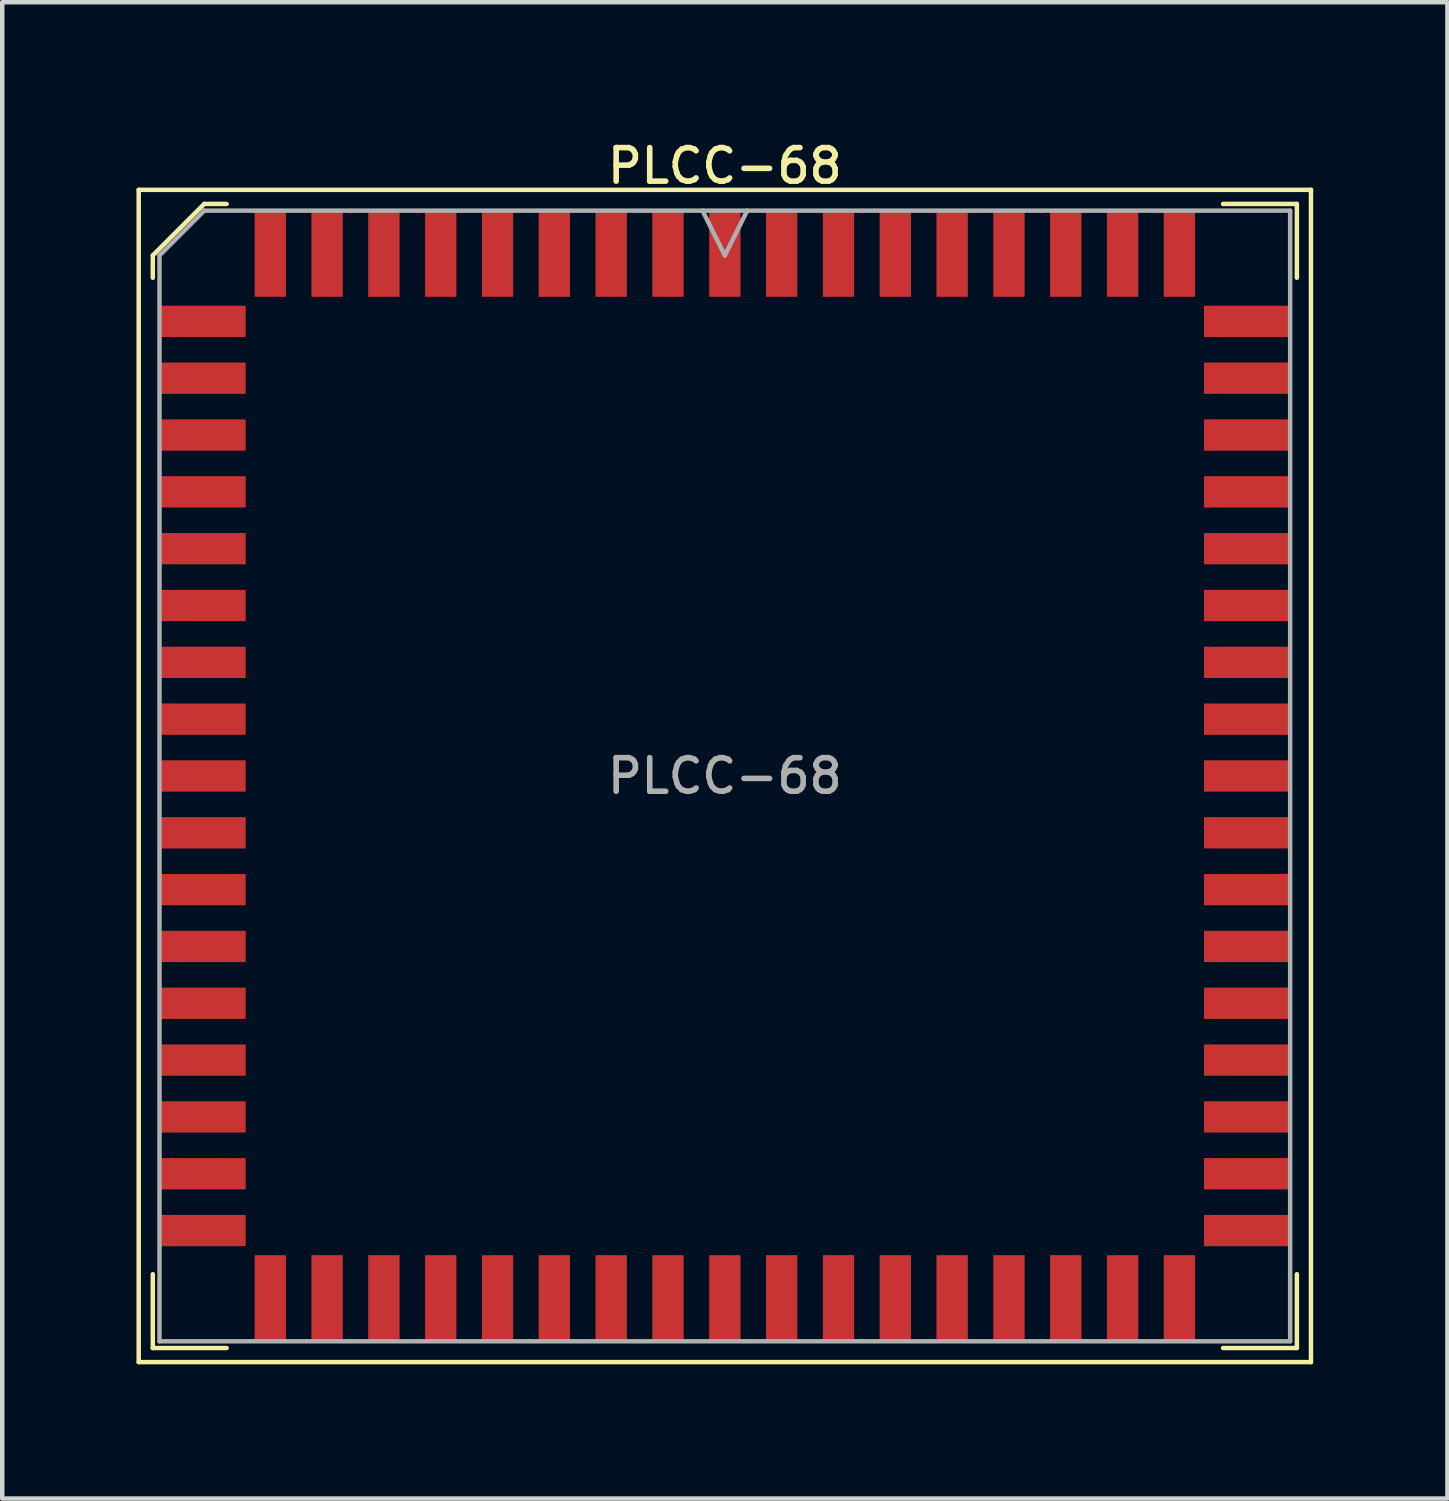
<source format=kicad_pcb>
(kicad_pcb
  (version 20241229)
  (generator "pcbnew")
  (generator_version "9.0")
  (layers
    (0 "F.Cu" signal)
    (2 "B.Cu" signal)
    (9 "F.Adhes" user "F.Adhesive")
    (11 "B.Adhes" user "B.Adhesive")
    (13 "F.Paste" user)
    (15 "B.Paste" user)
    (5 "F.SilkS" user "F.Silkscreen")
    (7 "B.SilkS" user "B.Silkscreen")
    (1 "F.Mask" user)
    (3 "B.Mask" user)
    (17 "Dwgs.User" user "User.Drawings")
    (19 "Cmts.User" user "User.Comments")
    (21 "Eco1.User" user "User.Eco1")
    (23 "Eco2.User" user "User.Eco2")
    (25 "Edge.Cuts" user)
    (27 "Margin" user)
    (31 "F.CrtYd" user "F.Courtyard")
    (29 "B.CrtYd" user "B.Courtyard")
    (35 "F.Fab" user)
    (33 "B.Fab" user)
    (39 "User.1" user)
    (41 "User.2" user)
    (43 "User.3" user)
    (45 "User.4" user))
  (footprint "PLCC-68"
    (layer "F.Cu")
    (at 13.15 14.293)
    (property "Reference" "PLCC-68" (at 0 -13.635 0) (layer "F.SilkS") (effects (font (size 0.75 0.75) (thickness 0.125))))
    (attr smd)
    (fp_line (start -13.1 -13.1) (end -13.1 13.1) (stroke (width 0.1) (type solid)) (layer "F.SilkS"))
    (fp_line (start -13.1 13.1) (end 13.1 13.1) (stroke (width 0.1) (type solid)) (layer "F.SilkS"))
    (fp_line (start -12.785 -11.635) (end -12.785 -11.135) (stroke (width 0.1) (type solid)) (layer "F.SilkS"))
    (fp_line (start -12.785 12.785) (end -12.785 11.135) (stroke (width 0.1) (type solid)) (layer "F.SilkS"))
    (fp_line (start -11.635 -12.785) (end -12.785 -11.635) (stroke (width 0.1) (type solid)) (layer "F.SilkS"))
    (fp_line (start -11.135 -12.785) (end -11.635 -12.785) (stroke (width 0.1) (type solid)) (layer "F.SilkS"))
    (fp_line (start -11.135 12.785) (end -12.785 12.785) (stroke (width 0.1) (type solid)) (layer "F.SilkS"))
    (fp_line (start 11.135 -12.785) (end 12.785 -12.785) (stroke (width 0.1) (type solid)) (layer "F.SilkS"))
    (fp_line (start 11.135 12.785) (end 12.785 12.785) (stroke (width 0.1) (type solid)) (layer "F.SilkS"))
    (fp_line (start 12.785 -12.785) (end 12.785 -11.135) (stroke (width 0.1) (type solid)) (layer "F.SilkS"))
    (fp_line (start 12.785 12.785) (end 12.785 11.135) (stroke (width 0.1) (type solid)) (layer "F.SilkS"))
    (fp_line (start 13.1 -13.1) (end -13.1 -13.1) (stroke (width 0.1) (type solid)) (layer "F.SilkS"))
    (fp_line (start 13.1 13.1) (end 13.1 -13.1) (stroke (width 0.1) (type solid)) (layer "F.SilkS"))
    (fp_line (start -12.635 -11.635) (end -12.635 12.635) (stroke (width 0.1) (type solid)) (layer "F.Fab"))
    (fp_line (start -12.635 12.635) (end 12.635 12.635) (stroke (width 0.1) (type solid)) (layer "F.Fab"))
    (fp_line (start -11.635 -12.635) (end -12.635 -11.635) (stroke (width 0.1) (type solid)) (layer "F.Fab"))
    (fp_line (start -0.5 -12.635) (end 0 -11.635) (stroke (width 0.1) (type solid)) (layer "F.Fab"))
    (fp_line (start 0 -11.635) (end 0.5 -12.635) (stroke (width 0.1) (type solid)) (layer "F.Fab"))
    (fp_line (start 12.635 -12.635) (end -11.635 -12.635) (stroke (width 0.1) (type solid)) (layer "F.Fab"))
    (fp_line (start 12.635 12.635) (end 12.635 -12.635) (stroke (width 0.1) (type solid)) (layer "F.Fab"))
    (fp_text user "${REFERENCE}" (at 0 0 0) (layer "F.Fab") (effects (font (size 0.75 0.75) (thickness 0.125))))
    (pad "1" smd rect (at 0 -11.672) (size 0.7 1.925) (layers "F.Cu" "F.Mask" "F.Paste"))
    (pad "2" smd rect (at -1.27 -11.672) (size 0.7 1.925) (layers "F.Cu" "F.Mask" "F.Paste"))
    (pad "3" smd rect (at -2.54 -11.672) (size 0.7 1.925) (layers "F.Cu" "F.Mask" "F.Paste"))
    (pad "4" smd rect (at -3.81 -11.672) (size 0.7 1.925) (layers "F.Cu" "F.Mask" "F.Paste"))
    (pad "5" smd rect (at -5.08 -11.672) (size 0.7 1.925) (layers "F.Cu" "F.Mask" "F.Paste"))
    (pad "6" smd rect (at -6.35 -11.672) (size 0.7 1.925) (layers "F.Cu" "F.Mask" "F.Paste"))
    (pad "7" smd rect (at -7.62 -11.672) (size 0.7 1.925) (layers "F.Cu" "F.Mask" "F.Paste"))
    (pad "8" smd rect (at -8.89 -11.672) (size 0.7 1.925) (layers "F.Cu" "F.Mask" "F.Paste"))
    (pad "9" smd rect (at -10.16 -11.672) (size 0.7 1.925) (layers "F.Cu" "F.Mask" "F.Paste"))
    (pad "10" smd rect (at -11.672 -10.16) (size 1.925 0.7) (layers "F.Cu" "F.Mask" "F.Paste"))
    (pad "11" smd rect (at -11.672 -8.89) (size 1.925 0.7) (layers "F.Cu" "F.Mask" "F.Paste"))
    (pad "12" smd rect (at -11.672 -7.62) (size 1.925 0.7) (layers "F.Cu" "F.Mask" "F.Paste"))
    (pad "13" smd rect (at -11.672 -6.35) (size 1.925 0.7) (layers "F.Cu" "F.Mask" "F.Paste"))
    (pad "14" smd rect (at -11.672 -5.08) (size 1.925 0.7) (layers "F.Cu" "F.Mask" "F.Paste"))
    (pad "15" smd rect (at -11.672 -3.81) (size 1.925 0.7) (layers "F.Cu" "F.Mask" "F.Paste"))
    (pad "16" smd rect (at -11.672 -2.54) (size 1.925 0.7) (layers "F.Cu" "F.Mask" "F.Paste"))
    (pad "17" smd rect (at -11.672 -1.27) (size 1.925 0.7) (layers "F.Cu" "F.Mask" "F.Paste"))
    (pad "18" smd rect (at -11.672 0) (size 1.925 0.7) (layers "F.Cu" "F.Mask" "F.Paste"))
    (pad "19" smd rect (at -11.672 1.27) (size 1.925 0.7) (layers "F.Cu" "F.Mask" "F.Paste"))
    (pad "20" smd rect (at -11.672 2.54) (size 1.925 0.7) (layers "F.Cu" "F.Mask" "F.Paste"))
    (pad "21" smd rect (at -11.672 3.81) (size 1.925 0.7) (layers "F.Cu" "F.Mask" "F.Paste"))
    (pad "22" smd rect (at -11.672 5.08) (size 1.925 0.7) (layers "F.Cu" "F.Mask" "F.Paste"))
    (pad "23" smd rect (at -11.672 6.35) (size 1.925 0.7) (layers "F.Cu" "F.Mask" "F.Paste"))
    (pad "24" smd rect (at -11.672 7.62) (size 1.925 0.7) (layers "F.Cu" "F.Mask" "F.Paste"))
    (pad "25" smd rect (at -11.672 8.89) (size 1.925 0.7) (layers "F.Cu" "F.Mask" "F.Paste"))
    (pad "26" smd rect (at -11.672 10.16) (size 1.925 0.7) (layers "F.Cu" "F.Mask" "F.Paste"))
    (pad "27" smd rect (at -10.16 11.672) (size 0.7 1.925) (layers "F.Cu" "F.Mask" "F.Paste"))
    (pad "28" smd rect (at -8.89 11.672) (size 0.7 1.925) (layers "F.Cu" "F.Mask" "F.Paste"))
    (pad "29" smd rect (at -7.62 11.672) (size 0.7 1.925) (layers "F.Cu" "F.Mask" "F.Paste"))
    (pad "30" smd rect (at -6.35 11.672) (size 0.7 1.925) (layers "F.Cu" "F.Mask" "F.Paste"))
    (pad "31" smd rect (at -5.08 11.672) (size 0.7 1.925) (layers "F.Cu" "F.Mask" "F.Paste"))
    (pad "32" smd rect (at -3.81 11.672) (size 0.7 1.925) (layers "F.Cu" "F.Mask" "F.Paste"))
    (pad "33" smd rect (at -2.54 11.672) (size 0.7 1.925) (layers "F.Cu" "F.Mask" "F.Paste"))
    (pad "34" smd rect (at -1.27 11.672) (size 0.7 1.925) (layers "F.Cu" "F.Mask" "F.Paste"))
    (pad "35" smd rect (at 0 11.672) (size 0.7 1.925) (layers "F.Cu" "F.Mask" "F.Paste"))
    (pad "36" smd rect (at 1.27 11.672) (size 0.7 1.925) (layers "F.Cu" "F.Mask" "F.Paste"))
    (pad "37" smd rect (at 2.54 11.672) (size 0.7 1.925) (layers "F.Cu" "F.Mask" "F.Paste"))
    (pad "38" smd rect (at 3.81 11.672) (size 0.7 1.925) (layers "F.Cu" "F.Mask" "F.Paste"))
    (pad "39" smd rect (at 5.08 11.672) (size 0.7 1.925) (layers "F.Cu" "F.Mask" "F.Paste"))
    (pad "40" smd rect (at 6.35 11.672) (size 0.7 1.925) (layers "F.Cu" "F.Mask" "F.Paste"))
    (pad "41" smd rect (at 7.62 11.672) (size 0.7 1.925) (layers "F.Cu" "F.Mask" "F.Paste"))
    (pad "42" smd rect (at 8.89 11.672) (size 0.7 1.925) (layers "F.Cu" "F.Mask" "F.Paste"))
    (pad "43" smd rect (at 10.16 11.672) (size 0.7 1.925) (layers "F.Cu" "F.Mask" "F.Paste"))
    (pad "44" smd rect (at 11.672 10.16) (size 1.925 0.7) (layers "F.Cu" "F.Mask" "F.Paste"))
    (pad "45" smd rect (at 11.672 8.89) (size 1.925 0.7) (layers "F.Cu" "F.Mask" "F.Paste"))
    (pad "46" smd rect (at 11.672 7.62) (size 1.925 0.7) (layers "F.Cu" "F.Mask" "F.Paste"))
    (pad "47" smd rect (at 11.672 6.35) (size 1.925 0.7) (layers "F.Cu" "F.Mask" "F.Paste"))
    (pad "48" smd rect (at 11.672 5.08) (size 1.925 0.7) (layers "F.Cu" "F.Mask" "F.Paste"))
    (pad "49" smd rect (at 11.672 3.81) (size 1.925 0.7) (layers "F.Cu" "F.Mask" "F.Paste"))
    (pad "50" smd rect (at 11.672 2.54) (size 1.925 0.7) (layers "F.Cu" "F.Mask" "F.Paste"))
    (pad "51" smd rect (at 11.672 1.27) (size 1.925 0.7) (layers "F.Cu" "F.Mask" "F.Paste"))
    (pad "52" smd rect (at 11.672 0) (size 1.925 0.7) (layers "F.Cu" "F.Mask" "F.Paste"))
    (pad "53" smd rect (at 11.672 -1.27) (size 1.925 0.7) (layers "F.Cu" "F.Mask" "F.Paste"))
    (pad "54" smd rect (at 11.672 -2.54) (size 1.925 0.7) (layers "F.Cu" "F.Mask" "F.Paste"))
    (pad "55" smd rect (at 11.672 -3.81) (size 1.925 0.7) (layers "F.Cu" "F.Mask" "F.Paste"))
    (pad "56" smd rect (at 11.672 -5.08) (size 1.925 0.7) (layers "F.Cu" "F.Mask" "F.Paste"))
    (pad "57" smd rect (at 11.672 -6.35) (size 1.925 0.7) (layers "F.Cu" "F.Mask" "F.Paste"))
    (pad "58" smd rect (at 11.672 -7.62) (size 1.925 0.7) (layers "F.Cu" "F.Mask" "F.Paste"))
    (pad "59" smd rect (at 11.672 -8.89) (size 1.925 0.7) (layers "F.Cu" "F.Mask" "F.Paste"))
    (pad "60" smd rect (at 11.672 -10.16) (size 1.925 0.7) (layers "F.Cu" "F.Mask" "F.Paste"))
    (pad "61" smd rect (at 10.16 -11.672) (size 0.7 1.925) (layers "F.Cu" "F.Mask" "F.Paste"))
    (pad "62" smd rect (at 8.89 -11.672) (size 0.7 1.925) (layers "F.Cu" "F.Mask" "F.Paste"))
    (pad "63" smd rect (at 7.62 -11.672) (size 0.7 1.925) (layers "F.Cu" "F.Mask" "F.Paste"))
    (pad "64" smd rect (at 6.35 -11.672) (size 0.7 1.925) (layers "F.Cu" "F.Mask" "F.Paste"))
    (pad "65" smd rect (at 5.08 -11.672) (size 0.7 1.925) (layers "F.Cu" "F.Mask" "F.Paste"))
    (pad "66" smd rect (at 3.81 -11.672) (size 0.7 1.925) (layers "F.Cu" "F.Mask" "F.Paste"))
    (pad "67" smd rect (at 2.54 -11.672) (size 0.7 1.925) (layers "F.Cu" "F.Mask" "F.Paste"))
    (pad "68" smd rect (at 1.27 -11.672) (size 0.7 1.925) (layers "F.Cu" "F.Mask" "F.Paste")))
  (gr_rect
    (start -3 -3)
    (end 29.3 30.443)
    (stroke (width 0.1) (type default))
    (fill no)
    (layer "Edge.Cuts")))
</source>
